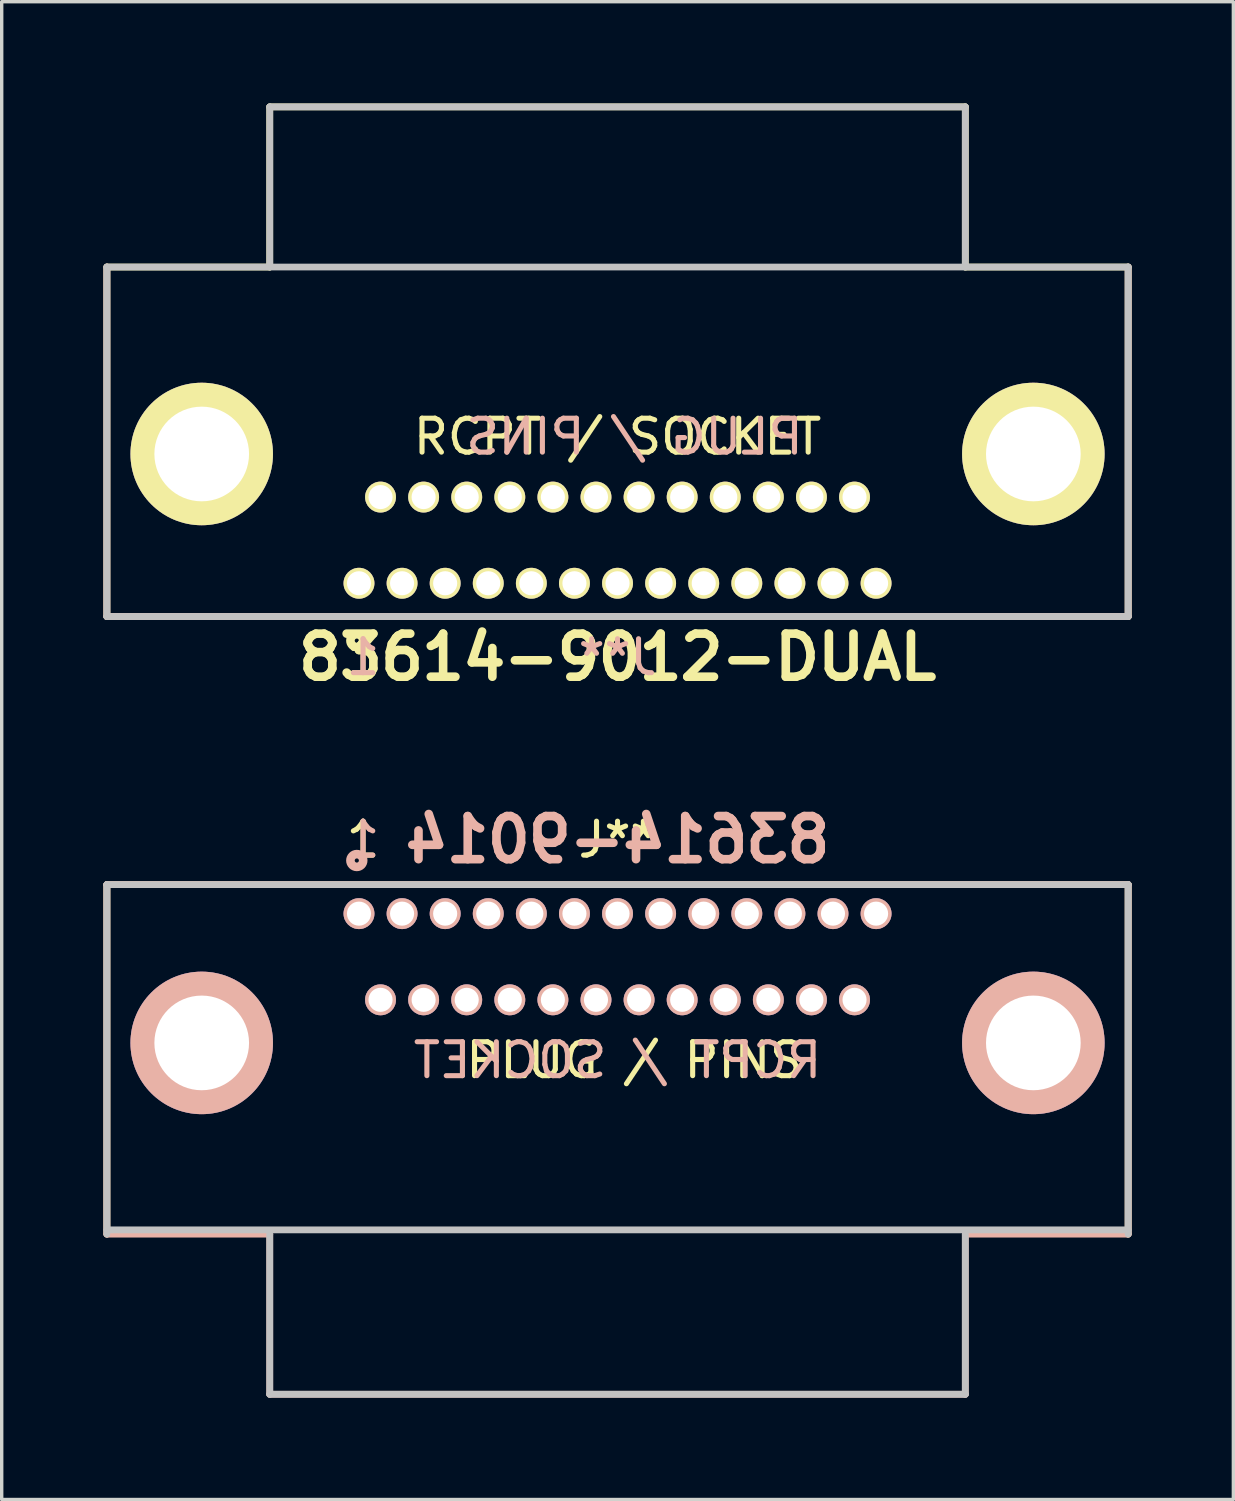
<source format=kicad_pcb>
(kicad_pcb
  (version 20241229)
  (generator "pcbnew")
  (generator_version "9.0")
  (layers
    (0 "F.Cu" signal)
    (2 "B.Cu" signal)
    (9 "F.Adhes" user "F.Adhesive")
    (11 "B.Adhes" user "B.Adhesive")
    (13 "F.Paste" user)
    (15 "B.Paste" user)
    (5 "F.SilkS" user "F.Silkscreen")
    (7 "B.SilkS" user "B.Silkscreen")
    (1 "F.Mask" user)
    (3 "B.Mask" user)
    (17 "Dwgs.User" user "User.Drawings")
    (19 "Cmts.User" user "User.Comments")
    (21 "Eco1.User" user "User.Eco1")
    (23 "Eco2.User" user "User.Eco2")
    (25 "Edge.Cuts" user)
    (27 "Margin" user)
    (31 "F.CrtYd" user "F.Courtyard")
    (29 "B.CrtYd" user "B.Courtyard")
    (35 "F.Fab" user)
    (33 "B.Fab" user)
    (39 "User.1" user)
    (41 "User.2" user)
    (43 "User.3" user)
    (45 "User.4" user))
  (footprint "83614-9012-DUAL"
    (layer "F.Cu")
    (at 15.15 4.82)
    (property "Reference" "83614-9012-DUAL" (at 0 11.5 0) (layer "F.SilkS") (effects (font (size 1.27 1.27) (thickness 0.254))))
    (attr through_hole)
    (fp_line (start -15.05 0) (end -15.05 10.3) (stroke (width 0.2) (type solid)) (layer "F.SilkS"))
    (fp_line (start -15.05 10.3) (end 15.05 10.3) (stroke (width 0.2) (type solid)) (layer "F.SilkS"))
    (fp_line (start -10.25 -4.72) (end -10.25 0) (stroke (width 0.2) (type solid)) (layer "F.SilkS"))
    (fp_line (start -10.25 0) (end -15.05 0) (stroke (width 0.2) (type solid)) (layer "F.SilkS"))
    (fp_line (start 10.25 -4.72) (end -10.25 -4.72) (stroke (width 0.2) (type solid)) (layer "F.SilkS"))
    (fp_line (start 10.25 0) (end 10.25 -4.72) (stroke (width 0.2) (type solid)) (layer "F.SilkS"))
    (fp_line (start 15.05 0) (end 10.25 0) (stroke (width 0.2) (type solid)) (layer "F.SilkS"))
    (fp_line (start 15.05 10.3) (end 15.05 0) (stroke (width 0.2) (type solid)) (layer "F.SilkS"))
    (fp_circle (center -7.684 11.011) (end -7.745 11.011) (stroke (width 0.254) (type solid)) (fill no) (layer "F.SilkS"))
    (fp_line (start -15.05 0) (end -15.05 10.3) (stroke (width 0.2) (type solid)) (layer "B.SilkS"))
    (fp_line (start -15.05 10.3) (end 15.05 10.3) (stroke (width 0.2) (type solid)) (layer "B.SilkS"))
    (fp_line (start 15.05 10.3) (end 15.05 0) (stroke (width 0.2) (type solid)) (layer "B.SilkS"))
    (fp_line (start -15.05 0) (end 15.05 0) (stroke (width 0.2) (type solid)) (layer "Dwgs.User"))
    (fp_line (start -15.05 10.3) (end -15.05 0) (stroke (width 0.2) (type solid)) (layer "Dwgs.User"))
    (fp_line (start -10.25 -4.72) (end 10.25 -4.72) (stroke (width 0.2) (type solid)) (layer "Dwgs.User"))
    (fp_line (start -10.25 0) (end -10.25 -4.72) (stroke (width 0.2) (type solid)) (layer "Dwgs.User"))
    (fp_line (start 10.25 -4.72) (end 10.25 0) (stroke (width 0.2) (type solid)) (layer "Dwgs.User"))
    (fp_line (start 15.05 0) (end 15.05 10.3) (stroke (width 0.2) (type solid)) (layer "Dwgs.User"))
    (fp_line (start 15.05 10.3) (end -15.05 10.3) (stroke (width 0.2) (type solid)) (layer "Dwgs.User"))
    (fp_text user "RCPT / SOCKET" (at 0 5 0) (layer "F.SilkS") (effects (font (size 1 1) (thickness 0.15))))
    (fp_text user "1" (at -7.5 11.5 0) (layer "F.SilkS") (effects (font (size 1 1) (thickness 0.15))))
    (fp_text user "1" (at -7.5 11.5 0) (layer "B.SilkS") (effects (font (size 1 1) (thickness 0.15)) (justify mirror)))
    (fp_text user "J**" (at 0 11.5 0) (layer "B.SilkS") (effects (font (size 1 1) (thickness 0.15)) (justify mirror)))
    (fp_text user "PLUG / PINS" (at 0.5 5 0) (layer "B.SilkS") (effects (font (size 1 1) (thickness 0.15)) (justify mirror)))
    (pad "1" thru_hole circle (at -7.62 9.32 90) (size 0.91 0.91) (drill 0.71) (layers "*.Cu" "*.Mask" "F.SilkS"))
    (pad "2" thru_hole circle (at -6.35 9.32 90) (size 0.91 0.91) (drill 0.71) (layers "*.Cu" "*.Mask" "F.SilkS"))
    (pad "3" thru_hole circle (at -5.08 9.32 90) (size 0.91 0.91) (drill 0.71) (layers "*.Cu" "*.Mask" "F.SilkS"))
    (pad "4" thru_hole circle (at -3.81 9.32 90) (size 0.91 0.91) (drill 0.71) (layers "*.Cu" "*.Mask" "F.SilkS"))
    (pad "5" thru_hole circle (at -2.54 9.32 90) (size 0.91 0.91) (drill 0.71) (layers "*.Cu" "*.Mask" "F.SilkS"))
    (pad "6" thru_hole circle (at -1.27 9.32 90) (size 0.91 0.91) (drill 0.71) (layers "*.Cu" "*.Mask" "F.SilkS"))
    (pad "7" thru_hole circle (at 0 9.32 90) (size 0.91 0.91) (drill 0.71) (layers "*.Cu" "*.Mask" "F.SilkS"))
    (pad "8" thru_hole circle (at 1.27 9.32 90) (size 0.91 0.91) (drill 0.71) (layers "*.Cu" "*.Mask" "F.SilkS"))
    (pad "9" thru_hole circle (at 2.54 9.32 90) (size 0.91 0.91) (drill 0.71) (layers "*.Cu" "*.Mask" "F.SilkS"))
    (pad "10" thru_hole circle (at 3.81 9.32 90) (size 0.91 0.91) (drill 0.71) (layers "*.Cu" "*.Mask" "F.SilkS"))
    (pad "11" thru_hole circle (at 5.08 9.32 90) (size 0.91 0.91) (drill 0.71) (layers "*.Cu" "*.Mask" "F.SilkS"))
    (pad "12" thru_hole circle (at 6.35 9.32 90) (size 0.91 0.91) (drill 0.71) (layers "*.Cu" "*.Mask" "F.SilkS"))
    (pad "13" thru_hole circle (at 7.62 9.32 90) (size 0.91 0.91) (drill 0.71) (layers "*.Cu" "*.Mask" "F.SilkS"))
    (pad "14" thru_hole circle (at -6.985 6.78 90) (size 0.91 0.91) (drill 0.71) (layers "*.Cu" "*.Mask" "F.SilkS"))
    (pad "15" thru_hole circle (at -5.715 6.78 90) (size 0.91 0.91) (drill 0.71) (layers "*.Cu" "*.Mask" "F.SilkS"))
    (pad "16" thru_hole circle (at -4.445 6.78 90) (size 0.91 0.91) (drill 0.71) (layers "*.Cu" "*.Mask" "F.SilkS"))
    (pad "17" thru_hole circle (at -3.175 6.78 90) (size 0.91 0.91) (drill 0.71) (layers "*.Cu" "*.Mask" "F.SilkS"))
    (pad "18" thru_hole circle (at -1.905 6.78 90) (size 0.91 0.91) (drill 0.71) (layers "*.Cu" "*.Mask" "F.SilkS"))
    (pad "19" thru_hole circle (at -0.635 6.78 90) (size 0.91 0.91) (drill 0.71) (layers "*.Cu" "*.Mask" "F.SilkS"))
    (pad "20" thru_hole circle (at 0.635 6.78 90) (size 0.91 0.91) (drill 0.71) (layers "*.Cu" "*.Mask" "F.SilkS"))
    (pad "21" thru_hole circle (at 1.905 6.78 90) (size 0.91 0.91) (drill 0.71) (layers "*.Cu" "*.Mask" "F.SilkS"))
    (pad "22" thru_hole circle (at 3.175 6.78 90) (size 0.91 0.91) (drill 0.71) (layers "*.Cu" "*.Mask" "F.SilkS"))
    (pad "23" thru_hole circle (at 4.445 6.78 90) (size 0.91 0.91) (drill 0.71) (layers "*.Cu" "*.Mask" "F.SilkS"))
    (pad "24" thru_hole circle (at 5.715 6.78 90) (size 0.91 0.91) (drill 0.71) (layers "*.Cu" "*.Mask" "F.SilkS"))
    (pad "25" thru_hole circle (at 6.985 6.78 90) (size 0.91 0.91) (drill 0.71) (layers "*.Cu" "*.Mask" "F.SilkS"))
    (pad "26" thru_hole circle (at 12.255 5.51 90) (size 4.2 4.2) (drill 2.79) (layers "*.Cu" "*.Mask" "F.SilkS"))
    (pad "27" thru_hole circle (at -12.255 5.51 90) (size 4.2 4.2) (drill 2.79) (layers "*.Cu" "*.Mask" "F.SilkS")))
  (footprint "83614-9014"
    (layer "F.Cu")
    (at 15.15 26.417)
    (property "Reference" "83614-9014" (at 0 -4.72 0) (layer "B.SilkS") (effects (font (size 1.27 1.27) (thickness 0.254)) (justify mirror)))
    (attr through_hole)
    (fp_line (start -15.05 -3.395) (end 15.05 -3.395) (stroke (width 0.2) (type solid)) (layer "F.SilkS"))
    (fp_line (start -15.05 6.905) (end -15.05 -3.395) (stroke (width 0.2) (type solid)) (layer "F.SilkS"))
    (fp_line (start 15.05 -3.395) (end 15.05 6.905) (stroke (width 0.2) (type solid)) (layer "F.SilkS"))
    (fp_line (start -15.05 -3.395) (end 15.05 -3.395) (stroke (width 0.2) (type solid)) (layer "B.SilkS"))
    (fp_line (start -15.05 6.905) (end -15.05 -3.395) (stroke (width 0.2) (type solid)) (layer "B.SilkS"))
    (fp_line (start -10.25 6.905) (end -15.05 6.905) (stroke (width 0.2) (type solid)) (layer "B.SilkS"))
    (fp_line (start -10.25 11.625) (end -10.25 6.905) (stroke (width 0.2) (type solid)) (layer "B.SilkS"))
    (fp_line (start 10.25 6.905) (end 10.25 11.625) (stroke (width 0.2) (type solid)) (layer "B.SilkS"))
    (fp_line (start 10.25 11.625) (end -10.25 11.625) (stroke (width 0.2) (type solid)) (layer "B.SilkS"))
    (fp_line (start 15.05 -3.395) (end 15.05 6.905) (stroke (width 0.2) (type solid)) (layer "B.SilkS"))
    (fp_line (start 15.05 6.905) (end 10.25 6.905) (stroke (width 0.2) (type solid)) (layer "B.SilkS"))
    (fp_circle (center -7.684 -4.106) (end -7.745 -4.106) (stroke (width 0.254) (type solid)) (fill no) (layer "B.SilkS"))
    (fp_line (start -15.05 -3.395) (end -15.05 6.905) (stroke (width 0.2) (type solid)) (layer "Dwgs.User"))
    (fp_line (start -15.05 6.78) (end 15.05 6.78) (stroke (width 0.2) (type solid)) (layer "Dwgs.User"))
    (fp_line (start -10.25 6.905) (end -10.25 11.625) (stroke (width 0.2) (type solid)) (layer "Dwgs.User"))
    (fp_line (start -10.25 11.625) (end 10.25 11.625) (stroke (width 0.2) (type solid)) (layer "Dwgs.User"))
    (fp_line (start 10.25 11.625) (end 10.25 6.905) (stroke (width 0.2) (type solid)) (layer "Dwgs.User"))
    (fp_line (start 15.05 -3.395) (end -15.05 -3.395) (stroke (width 0.2) (type solid)) (layer "Dwgs.User"))
    (fp_line (start 15.05 6.905) (end 15.05 -3.395) (stroke (width 0.2) (type solid)) (layer "Dwgs.User"))
    (fp_text user "1" (at -7.5 -4.72 0) (layer "F.SilkS") (effects (font (size 1 1) (thickness 0.15))))
    (fp_text user "J**" (at 0 -4.72 0) (layer "F.SilkS") (effects (font (size 1 1) (thickness 0.15))))
    (fp_text user "PLUG / PINS" (at 0.5 1.78 0) (layer "F.SilkS") (effects (font (size 1 1) (thickness 0.15))))
    (fp_text user "RCPT / SOCKET" (at 0 1.78 0) (layer "B.SilkS") (effects (font (size 1 1) (thickness 0.15)) (justify mirror)))
    (fp_text user "1" (at -7.5 -4.72 0) (layer "B.SilkS") (effects (font (size 1 1) (thickness 0.15)) (justify mirror)))
    (pad "1" thru_hole circle (at -7.62 -2.54 270) (size 0.91 0.91) (drill 0.71) (layers "*.Cu" "*.Mask" "B.SilkS"))
    (pad "2" thru_hole circle (at -6.35 -2.54 270) (size 0.91 0.91) (drill 0.71) (layers "*.Cu" "*.Mask" "B.SilkS"))
    (pad "3" thru_hole circle (at -5.08 -2.54 270) (size 0.91 0.91) (drill 0.71) (layers "*.Cu" "*.Mask" "B.SilkS"))
    (pad "4" thru_hole circle (at -3.81 -2.54 270) (size 0.91 0.91) (drill 0.71) (layers "*.Cu" "*.Mask" "B.SilkS"))
    (pad "5" thru_hole circle (at -2.54 -2.54 270) (size 0.91 0.91) (drill 0.71) (layers "*.Cu" "*.Mask" "B.SilkS"))
    (pad "6" thru_hole circle (at -1.27 -2.54 270) (size 0.91 0.91) (drill 0.71) (layers "*.Cu" "*.Mask" "B.SilkS"))
    (pad "7" thru_hole circle (at 0 -2.54 270) (size 0.91 0.91) (drill 0.71) (layers "*.Cu" "*.Mask" "B.SilkS"))
    (pad "8" thru_hole circle (at 1.27 -2.54 270) (size 0.91 0.91) (drill 0.71) (layers "*.Cu" "*.Mask" "B.SilkS"))
    (pad "9" thru_hole circle (at 2.54 -2.54 270) (size 0.91 0.91) (drill 0.71) (layers "*.Cu" "*.Mask" "B.SilkS"))
    (pad "10" thru_hole circle (at 3.81 -2.54 270) (size 0.91 0.91) (drill 0.71) (layers "*.Cu" "*.Mask" "B.SilkS"))
    (pad "11" thru_hole circle (at 5.08 -2.54 270) (size 0.91 0.91) (drill 0.71) (layers "*.Cu" "*.Mask" "B.SilkS"))
    (pad "12" thru_hole circle (at 6.35 -2.54 270) (size 0.91 0.91) (drill 0.71) (layers "*.Cu" "*.Mask" "B.SilkS"))
    (pad "13" thru_hole circle (at 7.62 -2.54 270) (size 0.91 0.91) (drill 0.71) (layers "*.Cu" "*.Mask" "B.SilkS"))
    (pad "14" thru_hole circle (at -6.985 0 270) (size 0.91 0.91) (drill 0.71) (layers "*.Cu" "*.Mask" "B.SilkS"))
    (pad "15" thru_hole circle (at -5.715 0 270) (size 0.91 0.91) (drill 0.71) (layers "*.Cu" "*.Mask" "B.SilkS"))
    (pad "16" thru_hole circle (at -4.445 0 270) (size 0.91 0.91) (drill 0.71) (layers "*.Cu" "*.Mask" "B.SilkS"))
    (pad "17" thru_hole circle (at -3.175 0 270) (size 0.91 0.91) (drill 0.71) (layers "*.Cu" "*.Mask" "B.SilkS"))
    (pad "18" thru_hole circle (at -1.905 0 270) (size 0.91 0.91) (drill 0.71) (layers "*.Cu" "*.Mask" "B.SilkS"))
    (pad "19" thru_hole circle (at -0.635 0 270) (size 0.91 0.91) (drill 0.71) (layers "*.Cu" "*.Mask" "B.SilkS"))
    (pad "20" thru_hole circle (at 0.635 0 270) (size 0.91 0.91) (drill 0.71) (layers "*.Cu" "*.Mask" "B.SilkS"))
    (pad "21" thru_hole circle (at 1.905 0 270) (size 0.91 0.91) (drill 0.71) (layers "*.Cu" "*.Mask" "B.SilkS"))
    (pad "22" thru_hole circle (at 3.175 0 270) (size 0.91 0.91) (drill 0.71) (layers "*.Cu" "*.Mask" "B.SilkS"))
    (pad "23" thru_hole circle (at 4.445 0 270) (size 0.91 0.91) (drill 0.71) (layers "*.Cu" "*.Mask" "B.SilkS"))
    (pad "24" thru_hole circle (at 5.715 0 270) (size 0.91 0.91) (drill 0.71) (layers "*.Cu" "*.Mask" "B.SilkS"))
    (pad "25" thru_hole circle (at 6.985 0 270) (size 0.91 0.91) (drill 0.71) (layers "*.Cu" "*.Mask" "B.SilkS"))
    (pad "26" thru_hole circle (at 12.255 1.27 270) (size 4.2 4.2) (drill 2.79) (layers "*.Cu" "*.Mask" "B.SilkS"))
    (pad "27" thru_hole circle (at -12.255 1.27 270) (size 4.2 4.2) (drill 2.79) (layers "*.Cu" "*.Mask" "B.SilkS")))
  (gr_rect
    (start -3 -3)
    (end 33.3 41.143)
    (stroke (width 0.1) (type default))
    (fill no)
    (layer "Edge.Cuts")))
</source>
